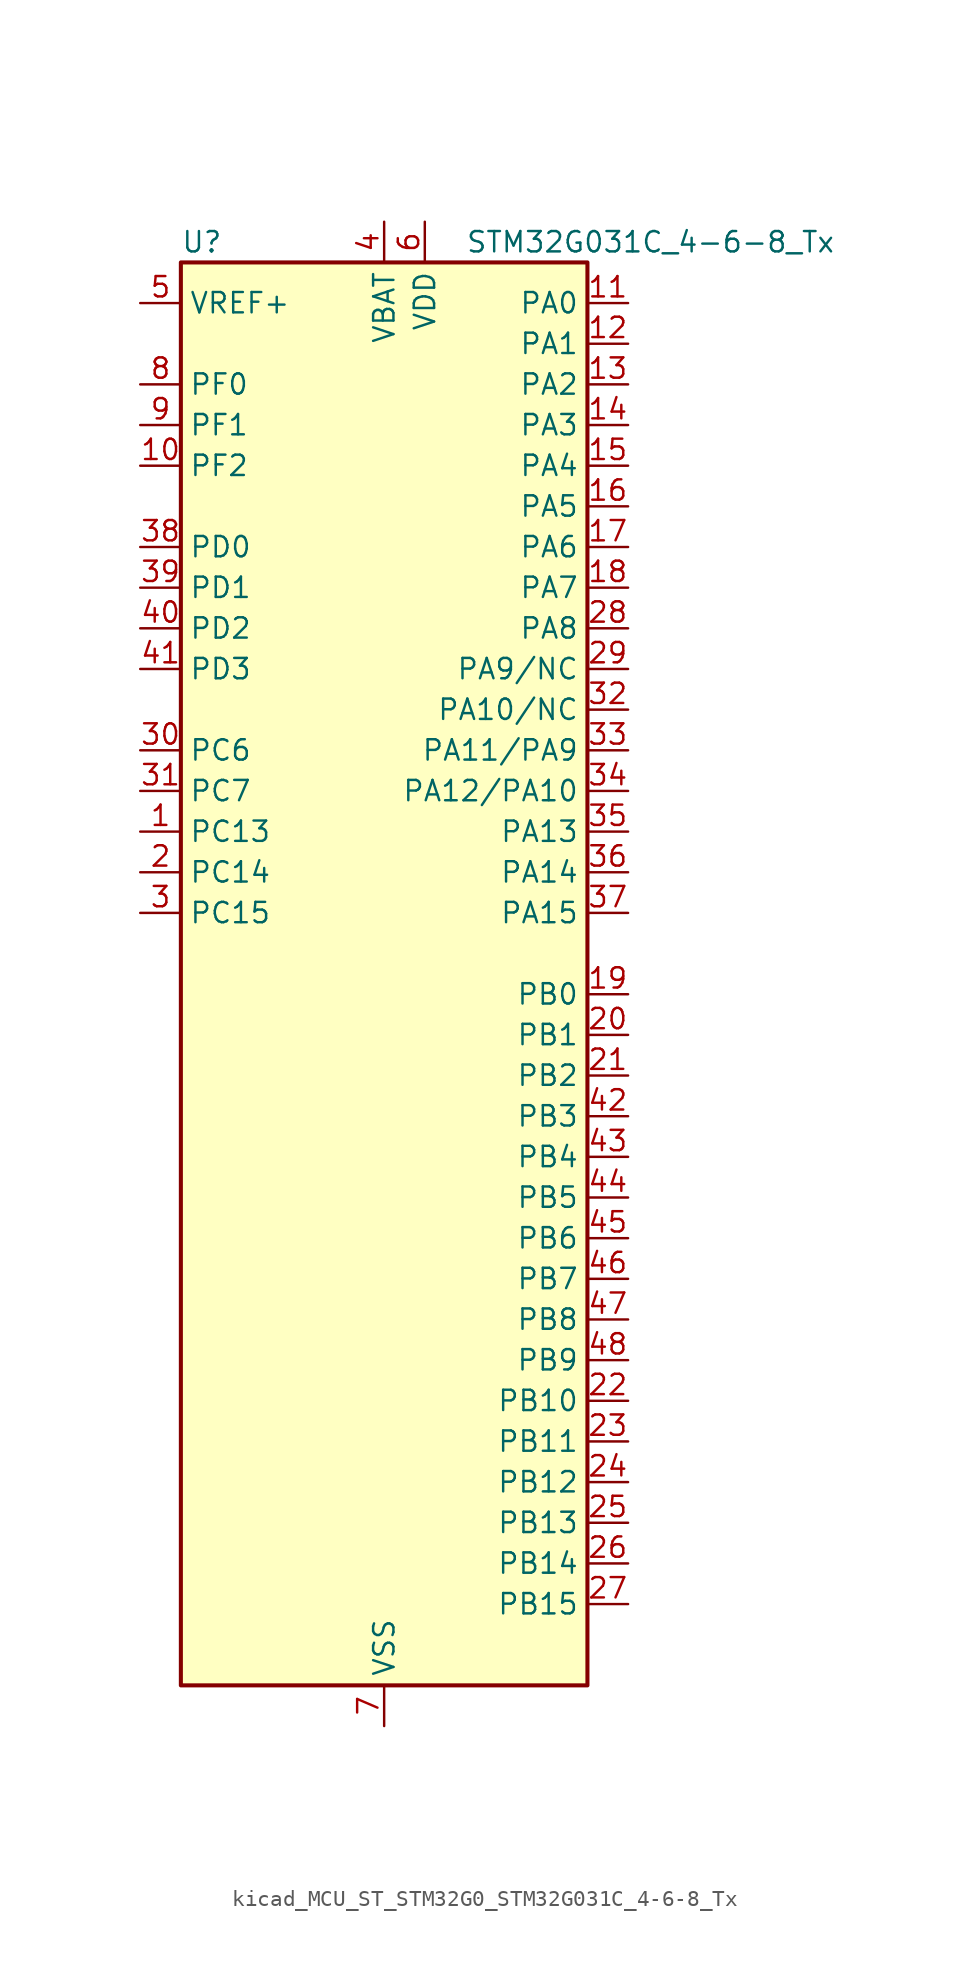
<source format=kicad_sym>
(kicad_symbol_lib
  (version 20220914)
  (generator kicad_symbol_editor)
  (symbol "kicad_MCU_ST_STM32G0_STM32G031C_4-6-8_Tx"
    (property "Reference" "U"
      (at -12.7 46.99 0)
      (effects (font (size 1.27 1.27)) (justify left)))
    (property "Value" "STM32G031C_4-6-8_Tx"
      (at 5.08 46.99 0)
      (effects (font (size 1.27 1.27)) (justify left)))
    (property "ki_locked" ""
      (at 0 0 0)
      (effects (font (size 1.27 1.27))))
    (symbol "kicad_MCU_ST_STM32G0_STM32G031C_4-6-8_Tx_0_1"
      (rectangle (start -12.7 -43.18) (end 12.7 45.72) (stroke (width 0.254) (type default)) (fill (type background))))
    (symbol "kicad_MCU_ST_STM32G0_STM32G031C_4-6-8_Tx_1_1"
      (pin bidirectional line (at -15.24 10.16 0) (length 2.54) (name "PC13" (effects (font (size 1.27 1.27)))) (number "1" (effects (font (size 1.27 1.27)))) (alternate "RTC_OUT_ALARM" bidirectional line) (alternate "RTC_OUT_CALIB" bidirectional line) (alternate "RTC_TAMP_IN1" bidirectional line) (alternate "RTC_TS" bidirectional line) (alternate "SYS_WKUP2" bidirectional line) (alternate "TIM1_BK" bidirectional line))
      (pin bidirectional line (at -15.24 33.02 0) (length 2.54) (name "PF2" (effects (font (size 1.27 1.27)))) (number "10" (effects (font (size 1.27 1.27)))) (alternate "RCC_MCO" bidirectional line))
      (pin bidirectional line (at 15.24 43.18 180) (length 2.54) (name "PA0" (effects (font (size 1.27 1.27)))) (number "11" (effects (font (size 1.27 1.27)))) (alternate "ADC1_IN0" bidirectional line) (alternate "LPTIM1_OUT" bidirectional line) (alternate "RTC_TAMP_IN2" bidirectional line) (alternate "SPI2_SCK" bidirectional line) (alternate "SYS_WKUP1" bidirectional line) (alternate "TIM2_CH1" bidirectional line) (alternate "TIM2_ETR" bidirectional line) (alternate "USART2_CTS" bidirectional line) (alternate "USART2_NSS" bidirectional line))
      (pin bidirectional line (at 15.24 40.64 180) (length 2.54) (name "PA1" (effects (font (size 1.27 1.27)))) (number "12" (effects (font (size 1.27 1.27)))) (alternate "ADC1_IN1" bidirectional line) (alternate "I2C1_SMBA" bidirectional line) (alternate "I2S1_CK" bidirectional line) (alternate "SPI1_SCK" bidirectional line) (alternate "TIM2_CH2" bidirectional line) (alternate "USART2_CK" bidirectional line) (alternate "USART2_DE" bidirectional line) (alternate "USART2_RTS" bidirectional line))
      (pin bidirectional line (at 15.24 38.1 180) (length 2.54) (name "PA2" (effects (font (size 1.27 1.27)))) (number "13" (effects (font (size 1.27 1.27)))) (alternate "ADC1_IN2" bidirectional line) (alternate "I2S1_SD" bidirectional line) (alternate "LPUART1_TX" bidirectional line) (alternate "RCC_LSCO" bidirectional line) (alternate "SPI1_MOSI" bidirectional line) (alternate "SYS_WKUP4" bidirectional line) (alternate "TIM2_CH3" bidirectional line) (alternate "USART2_TX" bidirectional line))
      (pin bidirectional line (at 15.24 35.56 180) (length 2.54) (name "PA3" (effects (font (size 1.27 1.27)))) (number "14" (effects (font (size 1.27 1.27)))) (alternate "ADC1_IN3" bidirectional line) (alternate "LPUART1_RX" bidirectional line) (alternate "SPI2_MISO" bidirectional line) (alternate "TIM2_CH4" bidirectional line) (alternate "USART2_RX" bidirectional line))
      (pin bidirectional line (at 15.24 33.02 180) (length 2.54) (name "PA4" (effects (font (size 1.27 1.27)))) (number "15" (effects (font (size 1.27 1.27)))) (alternate "ADC1_IN4" bidirectional line) (alternate "I2S1_WS" bidirectional line) (alternate "LPTIM2_OUT" bidirectional line) (alternate "RTC_OUT_ALARM" bidirectional line) (alternate "RTC_OUT_CALIB" bidirectional line) (alternate "SPI1_NSS" bidirectional line) (alternate "SPI2_MOSI" bidirectional line) (alternate "TIM14_CH1" bidirectional line))
      (pin bidirectional line (at 15.24 30.48 180) (length 2.54) (name "PA5" (effects (font (size 1.27 1.27)))) (number "16" (effects (font (size 1.27 1.27)))) (alternate "ADC1_IN5" bidirectional line) (alternate "I2S1_CK" bidirectional line) (alternate "LPTIM2_ETR" bidirectional line) (alternate "SPI1_SCK" bidirectional line) (alternate "TIM2_CH1" bidirectional line) (alternate "TIM2_ETR" bidirectional line))
      (pin bidirectional line (at 15.24 27.94 180) (length 2.54) (name "PA6" (effects (font (size 1.27 1.27)))) (number "17" (effects (font (size 1.27 1.27)))) (alternate "ADC1_IN6" bidirectional line) (alternate "I2S1_MCK" bidirectional line) (alternate "LPUART1_CTS" bidirectional line) (alternate "SPI1_MISO" bidirectional line) (alternate "TIM16_CH1" bidirectional line) (alternate "TIM1_BK" bidirectional line) (alternate "TIM3_CH1" bidirectional line))
      (pin bidirectional line (at 15.24 25.4 180) (length 2.54) (name "PA7" (effects (font (size 1.27 1.27)))) (number "18" (effects (font (size 1.27 1.27)))) (alternate "ADC1_IN7" bidirectional line) (alternate "I2S1_SD" bidirectional line) (alternate "SPI1_MOSI" bidirectional line) (alternate "TIM14_CH1" bidirectional line) (alternate "TIM17_CH1" bidirectional line) (alternate "TIM1_CH1N" bidirectional line) (alternate "TIM3_CH2" bidirectional line))
      (pin bidirectional line (at 15.24 0 180) (length 2.54) (name "PB0" (effects (font (size 1.27 1.27)))) (number "19" (effects (font (size 1.27 1.27)))) (alternate "ADC1_IN8" bidirectional line) (alternate "I2S1_WS" bidirectional line) (alternate "LPTIM1_OUT" bidirectional line) (alternate "SPI1_NSS" bidirectional line) (alternate "TIM1_CH2N" bidirectional line) (alternate "TIM3_CH3" bidirectional line))
      (pin bidirectional line (at -15.24 7.62 0) (length 2.54) (name "PC14" (effects (font (size 1.27 1.27)))) (number "2" (effects (font (size 1.27 1.27)))) (alternate "RCC_OSC32_IN" bidirectional line) (alternate "TIM1_BK2" bidirectional line))
      (pin bidirectional line (at 15.24 -2.54 180) (length 2.54) (name "PB1" (effects (font (size 1.27 1.27)))) (number "20" (effects (font (size 1.27 1.27)))) (alternate "ADC1_IN9" bidirectional line) (alternate "LPTIM2_IN1" bidirectional line) (alternate "LPUART1_DE" bidirectional line) (alternate "LPUART1_RTS" bidirectional line) (alternate "TIM14_CH1" bidirectional line) (alternate "TIM1_CH3N" bidirectional line) (alternate "TIM3_CH4" bidirectional line))
      (pin bidirectional line (at 15.24 -5.08 180) (length 2.54) (name "PB2" (effects (font (size 1.27 1.27)))) (number "21" (effects (font (size 1.27 1.27)))) (alternate "ADC1_IN10" bidirectional line) (alternate "LPTIM1_OUT" bidirectional line) (alternate "SPI2_MISO" bidirectional line))
      (pin bidirectional line (at 15.24 -25.4 180) (length 2.54) (name "PB10" (effects (font (size 1.27 1.27)))) (number "22" (effects (font (size 1.27 1.27)))) (alternate "ADC1_IN11" bidirectional line) (alternate "I2C2_SCL" bidirectional line) (alternate "LPUART1_RX" bidirectional line) (alternate "SPI2_SCK" bidirectional line) (alternate "TIM2_CH3" bidirectional line))
      (pin bidirectional line (at 15.24 -27.94 180) (length 2.54) (name "PB11" (effects (font (size 1.27 1.27)))) (number "23" (effects (font (size 1.27 1.27)))) (alternate "ADC1_EXTI11" bidirectional line) (alternate "ADC1_IN15" bidirectional line) (alternate "I2C2_SDA" bidirectional line) (alternate "LPUART1_TX" bidirectional line) (alternate "SPI2_MOSI" bidirectional line) (alternate "TIM2_CH4" bidirectional line))
      (pin bidirectional line (at 15.24 -30.48 180) (length 2.54) (name "PB12" (effects (font (size 1.27 1.27)))) (number "24" (effects (font (size 1.27 1.27)))) (alternate "ADC1_IN16" bidirectional line) (alternate "LPUART1_DE" bidirectional line) (alternate "LPUART1_RTS" bidirectional line) (alternate "SPI2_NSS" bidirectional line) (alternate "TIM1_BK" bidirectional line))
      (pin bidirectional line (at 15.24 -33.02 180) (length 2.54) (name "PB13" (effects (font (size 1.27 1.27)))) (number "25" (effects (font (size 1.27 1.27)))) (alternate "I2C2_SCL" bidirectional line) (alternate "LPUART1_CTS" bidirectional line) (alternate "SPI2_SCK" bidirectional line) (alternate "TIM1_CH1N" bidirectional line))
      (pin bidirectional line (at 15.24 -35.56 180) (length 2.54) (name "PB14" (effects (font (size 1.27 1.27)))) (number "26" (effects (font (size 1.27 1.27)))) (alternate "I2C2_SDA" bidirectional line) (alternate "SPI2_MISO" bidirectional line) (alternate "TIM1_CH2N" bidirectional line))
      (pin bidirectional line (at 15.24 -38.1 180) (length 2.54) (name "PB15" (effects (font (size 1.27 1.27)))) (number "27" (effects (font (size 1.27 1.27)))) (alternate "RTC_REFIN" bidirectional line) (alternate "SPI2_MOSI" bidirectional line) (alternate "TIM1_CH3N" bidirectional line))
      (pin bidirectional line (at 15.24 22.86 180) (length 2.54) (name "PA8" (effects (font (size 1.27 1.27)))) (number "28" (effects (font (size 1.27 1.27)))) (alternate "LPTIM2_OUT" bidirectional line) (alternate "RCC_MCO" bidirectional line) (alternate "SPI2_NSS" bidirectional line) (alternate "TIM1_CH1" bidirectional line))
      (pin bidirectional line (at 15.24 20.32 180) (length 2.54) (name "PA9/NC" (effects (font (size 1.27 1.27)))) (number "29" (effects (font (size 1.27 1.27)))) (alternate "I2C1_SCL" bidirectional line) (alternate "RCC_MCO" bidirectional line) (alternate "SPI2_MISO" bidirectional line) (alternate "TIM1_CH2" bidirectional line) (alternate "USART1_TX" bidirectional line))
      (pin bidirectional line (at -15.24 5.08 0) (length 2.54) (name "PC15" (effects (font (size 1.27 1.27)))) (number "3" (effects (font (size 1.27 1.27)))) (alternate "RCC_OSC32_EN" bidirectional line) (alternate "RCC_OSC32_OUT" bidirectional line) (alternate "RCC_OSC_EN" bidirectional line))
      (pin bidirectional line (at -15.24 15.24 0) (length 2.54) (name "PC6" (effects (font (size 1.27 1.27)))) (number "30" (effects (font (size 1.27 1.27)))) (alternate "TIM2_CH3" bidirectional line) (alternate "TIM3_CH1" bidirectional line))
      (pin bidirectional line (at -15.24 12.7 0) (length 2.54) (name "PC7" (effects (font (size 1.27 1.27)))) (number "31" (effects (font (size 1.27 1.27)))) (alternate "TIM2_CH4" bidirectional line) (alternate "TIM3_CH2" bidirectional line))
      (pin bidirectional line (at 15.24 17.78 180) (length 2.54) (name "PA10/NC" (effects (font (size 1.27 1.27)))) (number "32" (effects (font (size 1.27 1.27)))) (alternate "I2C1_SDA" bidirectional line) (alternate "SPI2_MOSI" bidirectional line) (alternate "TIM17_BK" bidirectional line) (alternate "TIM1_CH3" bidirectional line) (alternate "USART1_RX" bidirectional line))
      (pin bidirectional line (at 15.24 15.24 180) (length 2.54) (name "PA11/PA9" (effects (font (size 1.27 1.27)))) (number "33" (effects (font (size 1.27 1.27)))) (alternate "ADC1_EXTI11" bidirectional line) (alternate "I2C2_SCL" bidirectional line) (alternate "I2S1_MCK" bidirectional line) (alternate "SPI1_MISO" bidirectional line) (alternate "TIM1_BK2" bidirectional line) (alternate "TIM1_CH4" bidirectional line) (alternate "USART1_CTS" bidirectional line) (alternate "USART1_NSS" bidirectional line))
      (pin bidirectional line (at 15.24 12.7 180) (length 2.54) (name "PA12/PA10" (effects (font (size 1.27 1.27)))) (number "34" (effects (font (size 1.27 1.27)))) (alternate "I2C2_SDA" bidirectional line) (alternate "I2S1_SD" bidirectional line) (alternate "I2S_CKIN" bidirectional line) (alternate "SPI1_MOSI" bidirectional line) (alternate "TIM1_ETR" bidirectional line) (alternate "USART1_CK" bidirectional line) (alternate "USART1_DE" bidirectional line) (alternate "USART1_RTS" bidirectional line))
      (pin bidirectional line (at 15.24 10.16 180) (length 2.54) (name "PA13" (effects (font (size 1.27 1.27)))) (number "35" (effects (font (size 1.27 1.27)))) (alternate "ADC1_IN17" bidirectional line) (alternate "IR_OUT" bidirectional line) (alternate "SYS_SWDIO" bidirectional line))
      (pin bidirectional line (at 15.24 7.62 180) (length 2.54) (name "PA14" (effects (font (size 1.27 1.27)))) (number "36" (effects (font (size 1.27 1.27)))) (alternate "ADC1_IN18" bidirectional line) (alternate "SYS_SWCLK" bidirectional line) (alternate "USART2_TX" bidirectional line))
      (pin bidirectional line (at 15.24 5.08 180) (length 2.54) (name "PA15" (effects (font (size 1.27 1.27)))) (number "37" (effects (font (size 1.27 1.27)))) (alternate "I2S1_WS" bidirectional line) (alternate "SPI1_NSS" bidirectional line) (alternate "TIM2_CH1" bidirectional line) (alternate "TIM2_ETR" bidirectional line) (alternate "USART2_RX" bidirectional line))
      (pin bidirectional line (at -15.24 27.94 0) (length 2.54) (name "PD0" (effects (font (size 1.27 1.27)))) (number "38" (effects (font (size 1.27 1.27)))) (alternate "SPI2_NSS" bidirectional line) (alternate "TIM16_CH1" bidirectional line))
      (pin bidirectional line (at -15.24 25.4 0) (length 2.54) (name "PD1" (effects (font (size 1.27 1.27)))) (number "39" (effects (font (size 1.27 1.27)))) (alternate "SPI2_SCK" bidirectional line) (alternate "TIM17_CH1" bidirectional line))
      (pin power_in line (at 0 48.26 270) (length 2.54) (name "VBAT" (effects (font (size 1.27 1.27)))) (number "4" (effects (font (size 1.27 1.27)))))
      (pin bidirectional line (at -15.24 22.86 0) (length 2.54) (name "PD2" (effects (font (size 1.27 1.27)))) (number "40" (effects (font (size 1.27 1.27)))) (alternate "TIM1_CH1N" bidirectional line) (alternate "TIM3_ETR" bidirectional line))
      (pin bidirectional line (at -15.24 20.32 0) (length 2.54) (name "PD3" (effects (font (size 1.27 1.27)))) (number "41" (effects (font (size 1.27 1.27)))) (alternate "SPI2_MISO" bidirectional line) (alternate "TIM1_CH2N" bidirectional line) (alternate "USART2_CTS" bidirectional line) (alternate "USART2_NSS" bidirectional line))
      (pin bidirectional line (at 15.24 -7.62 180) (length 2.54) (name "PB3" (effects (font (size 1.27 1.27)))) (number "42" (effects (font (size 1.27 1.27)))) (alternate "I2S1_CK" bidirectional line) (alternate "SPI1_SCK" bidirectional line) (alternate "TIM1_CH2" bidirectional line) (alternate "TIM2_CH2" bidirectional line) (alternate "USART1_CK" bidirectional line) (alternate "USART1_DE" bidirectional line) (alternate "USART1_RTS" bidirectional line))
      (pin bidirectional line (at 15.24 -10.16 180) (length 2.54) (name "PB4" (effects (font (size 1.27 1.27)))) (number "43" (effects (font (size 1.27 1.27)))) (alternate "I2S1_MCK" bidirectional line) (alternate "SPI1_MISO" bidirectional line) (alternate "TIM17_BK" bidirectional line) (alternate "TIM3_CH1" bidirectional line) (alternate "USART1_CTS" bidirectional line) (alternate "USART1_NSS" bidirectional line))
      (pin bidirectional line (at 15.24 -12.7 180) (length 2.54) (name "PB5" (effects (font (size 1.27 1.27)))) (number "44" (effects (font (size 1.27 1.27)))) (alternate "I2C1_SMBA" bidirectional line) (alternate "I2S1_SD" bidirectional line) (alternate "LPTIM1_IN1" bidirectional line) (alternate "SPI1_MOSI" bidirectional line) (alternate "SYS_WKUP6" bidirectional line) (alternate "TIM16_BK" bidirectional line) (alternate "TIM3_CH2" bidirectional line))
      (pin bidirectional line (at 15.24 -15.24 180) (length 2.54) (name "PB6" (effects (font (size 1.27 1.27)))) (number "45" (effects (font (size 1.27 1.27)))) (alternate "I2C1_SCL" bidirectional line) (alternate "LPTIM1_ETR" bidirectional line) (alternate "SPI2_MISO" bidirectional line) (alternate "TIM16_CH1N" bidirectional line) (alternate "TIM1_CH3" bidirectional line) (alternate "USART1_TX" bidirectional line))
      (pin bidirectional line (at 15.24 -17.78 180) (length 2.54) (name "PB7" (effects (font (size 1.27 1.27)))) (number "46" (effects (font (size 1.27 1.27)))) (alternate "I2C1_SDA" bidirectional line) (alternate "LPTIM1_IN2" bidirectional line) (alternate "SPI2_MOSI" bidirectional line) (alternate "SYS_PVD_IN" bidirectional line) (alternate "TIM17_CH1N" bidirectional line) (alternate "USART1_RX" bidirectional line))
      (pin bidirectional line (at 15.24 -20.32 180) (length 2.54) (name "PB8" (effects (font (size 1.27 1.27)))) (number "47" (effects (font (size 1.27 1.27)))) (alternate "I2C1_SCL" bidirectional line) (alternate "SPI2_SCK" bidirectional line) (alternate "TIM16_CH1" bidirectional line))
      (pin bidirectional line (at 15.24 -22.86 180) (length 2.54) (name "PB9" (effects (font (size 1.27 1.27)))) (number "48" (effects (font (size 1.27 1.27)))) (alternate "I2C1_SDA" bidirectional line) (alternate "IR_OUT" bidirectional line) (alternate "SPI2_NSS" bidirectional line) (alternate "TIM17_CH1" bidirectional line))
      (pin input line (at -15.24 43.18 0) (length 2.54) (name "VREF+" (effects (font (size 1.27 1.27)))) (number "5" (effects (font (size 1.27 1.27)))) (alternate "VREFBUF_OUT" bidirectional line))
      (pin power_in line (at 2.54 48.26 270) (length 2.54) (name "VDD" (effects (font (size 1.27 1.27)))) (number "6" (effects (font (size 1.27 1.27)))))
      (pin power_in line (at 0 -45.72 90) (length 2.54) (name "VSS" (effects (font (size 1.27 1.27)))) (number "7" (effects (font (size 1.27 1.27)))))
      (pin bidirectional line (at -15.24 38.1 0) (length 2.54) (name "PF0" (effects (font (size 1.27 1.27)))) (number "8" (effects (font (size 1.27 1.27)))) (alternate "RCC_OSC_IN" bidirectional line) (alternate "TIM14_CH1" bidirectional line))
      (pin bidirectional line (at -15.24 35.56 0) (length 2.54) (name "PF1" (effects (font (size 1.27 1.27)))) (number "9" (effects (font (size 1.27 1.27)))) (alternate "RCC_OSC_EN" bidirectional line) (alternate "RCC_OSC_OUT" bidirectional line)))))
</source>
